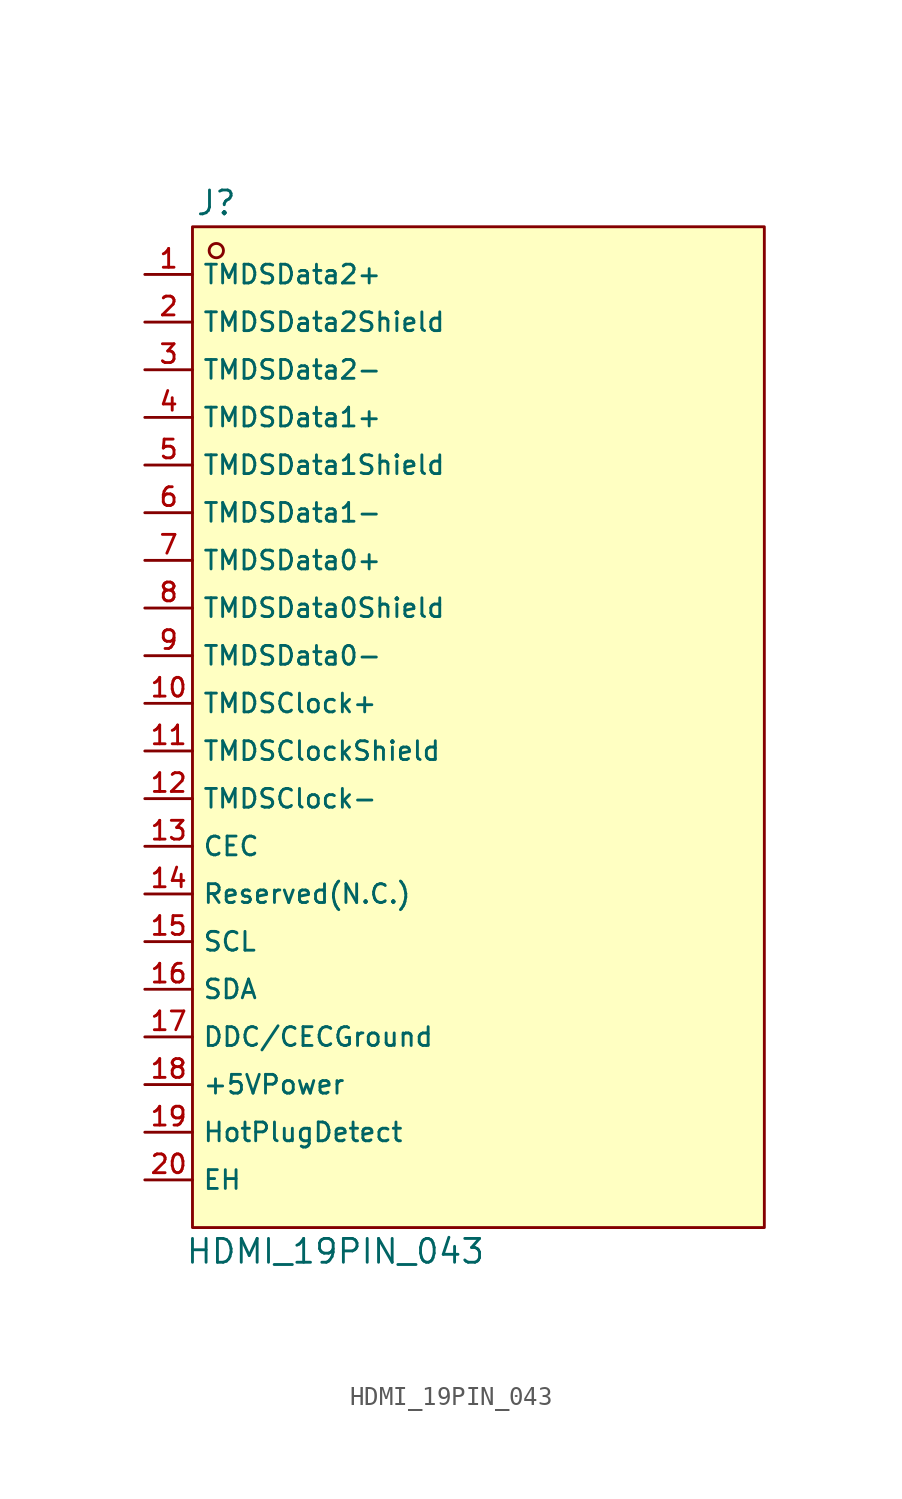
<source format=kicad_sym>
(kicad_symbol_lib
  (version 20220914)
  (generator kicad_symbol_editor)
  (symbol "HDMI_19PIN_043"
    (property "Reference" "J"
      (at -11.43 29.21 0)
      (effects (font (size 1.27 1.27))))
    (property "Value" "HDMI_19PIN_043"
      (at -5.08 -26.67 0)
      (effects (font (size 1.27 1.27))))
    (symbol "HDMI_19PIN_043_0_1"
      (rectangle (start -12.7 27.94) (end 17.78 -25.4) (stroke (width 0) (type default)) (fill (type background)))
      (circle (center -11.43 26.67) (radius 0.381) (stroke (width 0) (type default)) (fill (type background)))
      (pin unspecified line (at -15.24 25.4 0) (length 2.54) (name "TMDSData2+" (effects (font (size 1 1)))) (number "1" (effects (font (size 1 1)))))
      (pin unspecified line (at -15.24 2.54 0) (length 2.54) (name "TMDSClock+" (effects (font (size 1 1)))) (number "10" (effects (font (size 1 1)))))
      (pin unspecified line (at -15.24 0 0) (length 2.54) (name "TMDSClockShield" (effects (font (size 1 1)))) (number "11" (effects (font (size 1 1)))))
      (pin unspecified line (at -15.24 -2.54 0) (length 2.54) (name "TMDSClock-" (effects (font (size 1 1)))) (number "12" (effects (font (size 1 1)))))
      (pin unspecified line (at -15.24 -5.08 0) (length 2.54) (name "CEC" (effects (font (size 1 1)))) (number "13" (effects (font (size 1 1)))))
      (pin unspecified line (at -15.24 -7.62 0) (length 2.54) (name "Reserved(N.C.)" (effects (font (size 1 1)))) (number "14" (effects (font (size 1 1)))))
      (pin unspecified line (at -15.24 -10.16 0) (length 2.54) (name "SCL" (effects (font (size 1 1)))) (number "15" (effects (font (size 1 1)))))
      (pin unspecified line (at -15.24 -12.7 0) (length 2.54) (name "SDA" (effects (font (size 1 1)))) (number "16" (effects (font (size 1 1)))))
      (pin unspecified line (at -15.24 -15.24 0) (length 2.54) (name "DDC/CECGround" (effects (font (size 1 1)))) (number "17" (effects (font (size 1 1)))))
      (pin unspecified line (at -15.24 -17.78 0) (length 2.54) (name "+5VPower" (effects (font (size 1 1)))) (number "18" (effects (font (size 1 1)))))
      (pin unspecified line (at -15.24 -20.32 0) (length 2.54) (name "HotPlugDetect" (effects (font (size 1 1)))) (number "19" (effects (font (size 1 1)))))
      (pin unspecified line (at -15.24 22.86 0) (length 2.54) (name "TMDSData2Shield" (effects (font (size 1 1)))) (number "2" (effects (font (size 1 1)))))
      (pin unspecified line (at -15.24 -22.86 0) (length 2.54) (name "EH" (effects (font (size 1 1)))) (number "20" (effects (font (size 1 1)))))
      (pin unspecified line (at -15.24 20.32 0) (length 2.54) (name "TMDSData2-" (effects (font (size 1 1)))) (number "3" (effects (font (size 1 1)))))
      (pin unspecified line (at -15.24 17.78 0) (length 2.54) (name "TMDSData1+" (effects (font (size 1 1)))) (number "4" (effects (font (size 1 1)))))
      (pin unspecified line (at -15.24 15.24 0) (length 2.54) (name "TMDSData1Shield" (effects (font (size 1 1)))) (number "5" (effects (font (size 1 1)))))
      (pin unspecified line (at -15.24 12.7 0) (length 2.54) (name "TMDSData1-" (effects (font (size 1 1)))) (number "6" (effects (font (size 1 1)))))
      (pin unspecified line (at -15.24 10.16 0) (length 2.54) (name "TMDSData0+" (effects (font (size 1 1)))) (number "7" (effects (font (size 1 1)))))
      (pin unspecified line (at -15.24 7.62 0) (length 2.54) (name "TMDSData0Shield" (effects (font (size 1 1)))) (number "8" (effects (font (size 1 1)))))
      (pin unspecified line (at -15.24 5.08 0) (length 2.54) (name "TMDSData0-" (effects (font (size 1 1)))) (number "9" (effects (font (size 1 1))))))))
</source>
